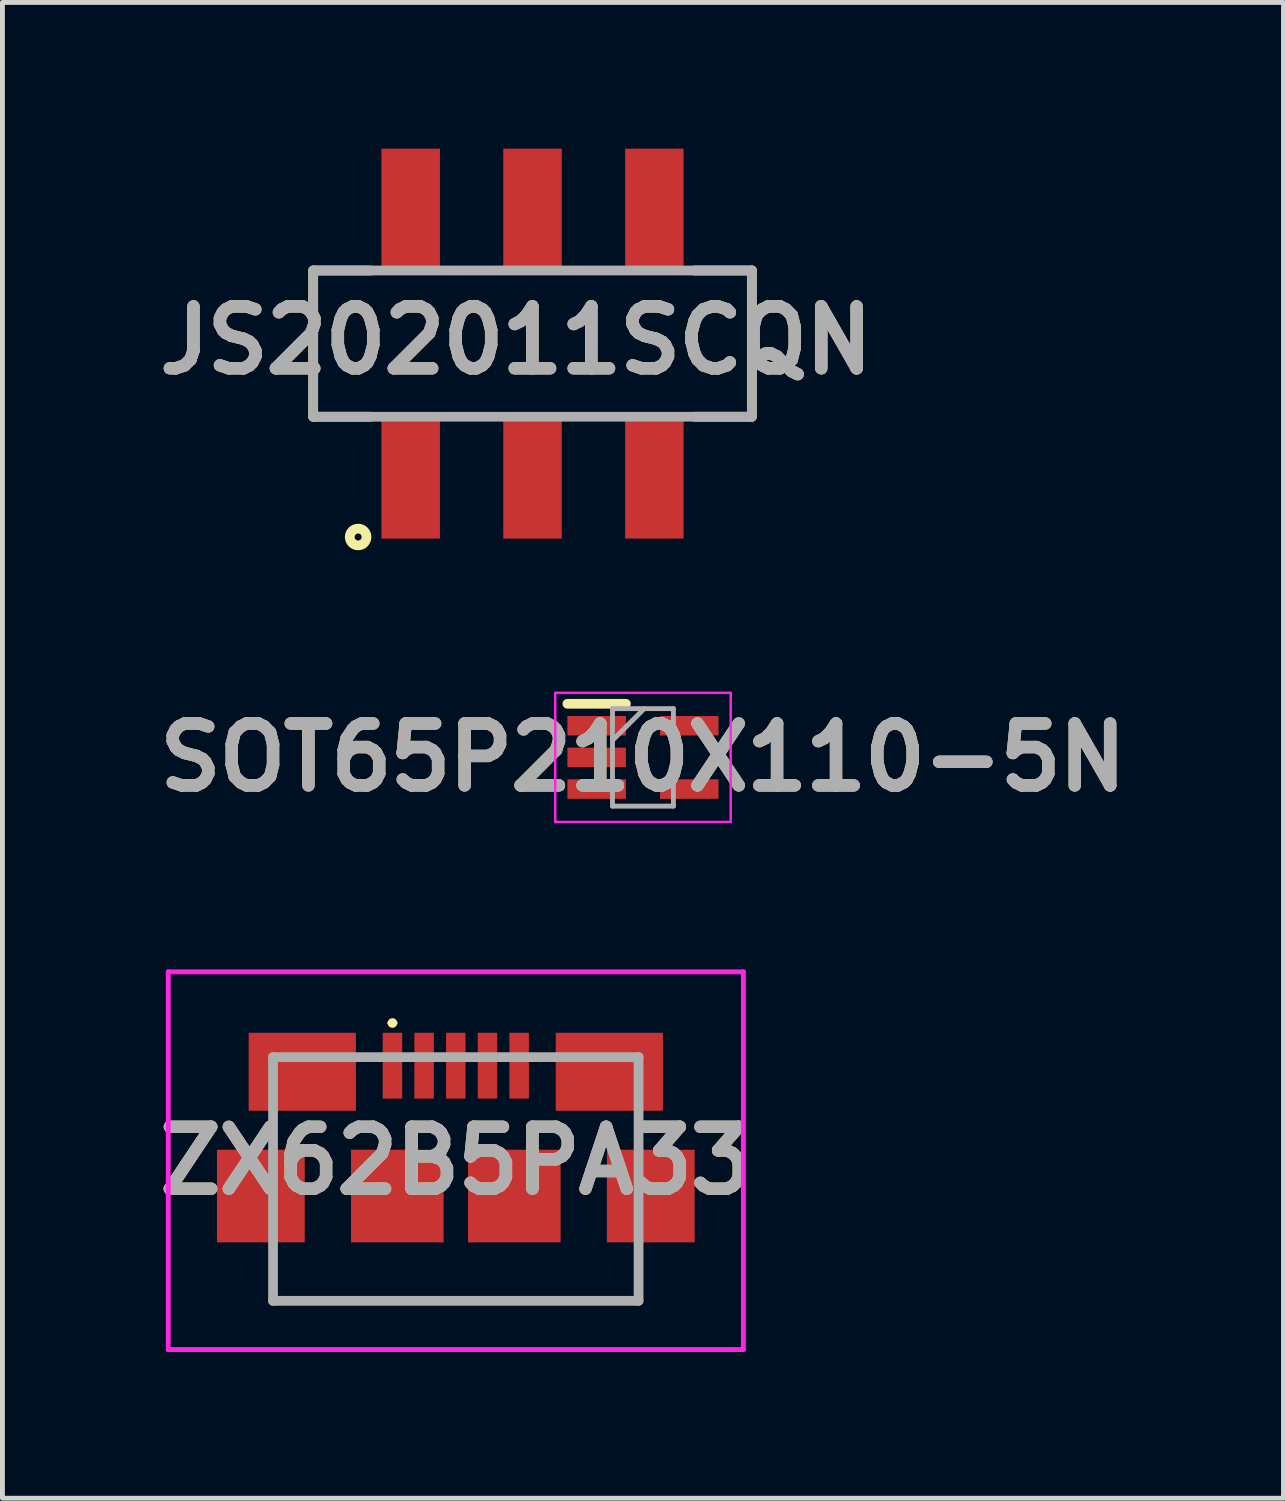
<source format=kicad_pcb>
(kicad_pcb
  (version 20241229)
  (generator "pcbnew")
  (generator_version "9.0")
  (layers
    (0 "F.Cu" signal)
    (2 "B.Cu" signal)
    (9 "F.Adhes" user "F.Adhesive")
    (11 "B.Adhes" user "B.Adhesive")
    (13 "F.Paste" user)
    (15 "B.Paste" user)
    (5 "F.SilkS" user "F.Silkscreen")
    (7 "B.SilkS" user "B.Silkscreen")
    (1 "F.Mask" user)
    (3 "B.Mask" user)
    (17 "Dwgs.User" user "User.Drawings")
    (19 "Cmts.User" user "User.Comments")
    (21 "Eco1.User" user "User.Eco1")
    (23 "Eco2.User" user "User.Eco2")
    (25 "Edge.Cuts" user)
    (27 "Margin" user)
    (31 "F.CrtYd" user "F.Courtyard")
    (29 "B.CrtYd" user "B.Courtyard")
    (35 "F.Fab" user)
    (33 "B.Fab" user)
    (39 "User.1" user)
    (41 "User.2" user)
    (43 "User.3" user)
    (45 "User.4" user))
  (footprint "SOT65P210X110-5N"
    (layer "F.Cu")
    (at 10.142 12.49)
    (property "Reference" "SOT65P210X110-5N" (at 0 0 0) (layer "F.SilkS") (effects (font (size 1.27 1.27) (thickness 0.254))))
    (attr smd)
    (fp_line (start -1.55 -1.1) (end -0.35 -1.1) (stroke (width 0.2) (type solid)) (layer "F.SilkS"))
    (fp_line (start -1.8 -1.325) (end 1.8 -1.325) (stroke (width 0.05) (type solid)) (layer "F.CrtYd"))
    (fp_line (start -1.8 1.325) (end -1.8 -1.325) (stroke (width 0.05) (type solid)) (layer "F.CrtYd"))
    (fp_line (start 1.8 -1.325) (end 1.8 1.325) (stroke (width 0.05) (type solid)) (layer "F.CrtYd"))
    (fp_line (start 1.8 1.325) (end -1.8 1.325) (stroke (width 0.05) (type solid)) (layer "F.CrtYd"))
    (fp_line (start -0.625 -1) (end 0.625 -1) (stroke (width 0.1) (type solid)) (layer "F.Fab"))
    (fp_line (start -0.625 -0.35) (end 0.025 -1) (stroke (width 0.1) (type solid)) (layer "F.Fab"))
    (fp_line (start -0.625 1) (end -0.625 -1) (stroke (width 0.1) (type solid)) (layer "F.Fab"))
    (fp_line (start 0.625 -1) (end 0.625 1) (stroke (width 0.1) (type solid)) (layer "F.Fab"))
    (fp_line (start 0.625 1) (end -0.625 1) (stroke (width 0.1) (type solid)) (layer "F.Fab"))
    (fp_text user "${REFERENCE}" (at 0 0 0) (layer "F.Fab") (effects (font (size 1.27 1.27) (thickness 0.254))))
    (pad "1" smd rect (at -0.95 -0.65 90) (size 0.4 1.2) (layers "F.Cu" "F.Paste"))
    (pad "2" smd rect (at -0.95 0 90) (size 0.4 1.2) (layers "F.Cu" "F.Paste"))
    (pad "3" smd rect (at -0.95 0.65 90) (size 0.4 1.2) (layers "F.Cu" "F.Paste"))
    (pad "4" smd rect (at 0.95 0.65 90) (size 0.4 1.2) (layers "F.Cu" "F.Paste"))
    (pad "5" smd rect (at 0.95 -0.65 90) (size 0.4 1.2) (layers "F.Cu" "F.Paste")))
  (footprint "JS202011SCQN"
    (layer "F.Cu")
    (at 7.876 4)
    (property "Reference" "JS202011SCQN" (at -0.335 -0.068 0) (layer "F.SilkS") (effects (font (size 1.27 1.27) (thickness 0.254))))
    (attr smd)
    (fp_line (start -4.5 -1.5) (end -4.5 1.5) (stroke (width 0.2) (type solid)) (layer "F.SilkS"))
    (fp_line (start -4.5 -1.5) (end -3.323 -1.5) (stroke (width 0.2) (type solid)) (layer "F.SilkS"))
    (fp_line (start -4.5 1.5) (end -3.323 1.5) (stroke (width 0.2) (type solid)) (layer "F.SilkS"))
    (fp_line (start 4.5 -1.5) (end 3.323 -1.5) (stroke (width 0.2) (type solid)) (layer "F.SilkS"))
    (fp_line (start 4.5 1.5) (end 3.323 1.5) (stroke (width 0.2) (type solid)) (layer "F.SilkS"))
    (fp_line (start 4.5 1.5) (end 4.5 -1.5) (stroke (width 0.2) (type solid)) (layer "F.SilkS"))
    (fp_circle (center -3.578 3.968) (end -3.578 4.04) (stroke (width 0.2) (type solid)) (fill no) (layer "F.SilkS"))
    (fp_line (start -4.5 -1.5) (end 4.5 -1.5) (stroke (width 0.2) (type solid)) (layer "F.Fab"))
    (fp_line (start -4.5 1.5) (end -4.5 -1.5) (stroke (width 0.2) (type solid)) (layer "F.Fab"))
    (fp_line (start 4.5 -1.5) (end 4.5 1.5) (stroke (width 0.2) (type solid)) (layer "F.Fab"))
    (fp_line (start 4.5 1.5) (end -4.5 1.5) (stroke (width 0.2) (type solid)) (layer "F.Fab"))
    (fp_text user "${REFERENCE}" (at -0.335 -0.068 0) (layer "F.Fab") (effects (font (size 1.27 1.27) (thickness 0.254))))
    (pad "1" smd rect (at -2.5 2.75) (size 1.2 2.5) (layers "F.Cu" "F.Paste"))
    (pad "2" smd rect (at 0 2.75) (size 1.2 2.5) (layers "F.Cu" "F.Paste"))
    (pad "3" smd rect (at 2.5 2.75) (size 1.2 2.5) (layers "F.Cu" "F.Paste"))
    (pad "4" smd rect (at 2.5 -2.75) (size 1.2 2.5) (layers "F.Cu" "F.Paste"))
    (pad "5" smd rect (at 0 -2.75) (size 1.2 2.5) (layers "F.Cu" "F.Paste"))
    (pad "6" smd rect (at -2.5 -2.75) (size 1.2 2.5) (layers "F.Cu" "F.Paste")))
  (footprint "ZX62B5PA33"
    (layer "F.Cu")
    (at 6.302 20.765)
    (property "Reference" "ZX62B5PA33" (at 0 0 0) (layer "F.SilkS") (effects (font (size 1.27 1.27) (thickness 0.254))))
    (attr smd)
    (fp_line (start -3.75 1.875) (end -3.75 2.875) (stroke (width 0.1) (type solid)) (layer "F.SilkS"))
    (fp_line (start -3.75 2.875) (end 3.75 2.875) (stroke (width 0.1) (type solid)) (layer "F.SilkS"))
    (fp_line (start -1.35 -2.825) (end -1.35 -2.825) (stroke (width 0.1) (type solid)) (layer "F.SilkS"))
    (fp_line (start -1.25 -2.825) (end -1.25 -2.825) (stroke (width 0.1) (type solid)) (layer "F.SilkS"))
    (fp_line (start 3.75 2.875) (end 3.75 1.875) (stroke (width 0.1) (type solid)) (layer "F.SilkS"))
    (fp_arc (start -1.35 -2.825) (mid -1.3 -2.875) (end -1.25 -2.825) (stroke (width 0.1) (type solid)) (layer "F.SilkS"))
    (fp_arc (start -1.25 -2.825) (mid -1.3 -2.775) (end -1.35 -2.825) (stroke (width 0.1) (type solid)) (layer "F.SilkS"))
    (fp_line (start -5.9 -3.875) (end 5.9 -3.875) (stroke (width 0.1) (type solid)) (layer "F.CrtYd"))
    (fp_line (start -5.9 3.875) (end -5.9 -3.875) (stroke (width 0.1) (type solid)) (layer "F.CrtYd"))
    (fp_line (start 5.9 -3.875) (end 5.9 3.875) (stroke (width 0.1) (type solid)) (layer "F.CrtYd"))
    (fp_line (start 5.9 3.875) (end -5.9 3.875) (stroke (width 0.1) (type solid)) (layer "F.CrtYd"))
    (fp_line (start -3.75 -2.125) (end 3.75 -2.125) (stroke (width 0.2) (type solid)) (layer "F.Fab"))
    (fp_line (start -3.75 2.875) (end -3.75 -2.125) (stroke (width 0.2) (type solid)) (layer "F.Fab"))
    (fp_line (start 3.75 -2.125) (end 3.75 2.875) (stroke (width 0.2) (type solid)) (layer "F.Fab"))
    (fp_line (start 3.75 2.875) (end -3.75 2.875) (stroke (width 0.2) (type solid)) (layer "F.Fab"))
    (fp_text user "${REFERENCE}" (at 0 0 0) (layer "F.Fab") (effects (font (size 1.27 1.27) (thickness 0.254))))
    (pad "1" smd rect (at -1.3 -1.95) (size 0.4 1.35) (layers "F.Cu" "F.Paste"))
    (pad "2" smd rect (at -0.65 -1.95) (size 0.4 1.35) (layers "F.Cu" "F.Paste"))
    (pad "3" smd rect (at 0 -1.95) (size 0.4 1.35) (layers "F.Cu" "F.Paste"))
    (pad "4" smd rect (at 0.65 -1.95) (size 0.4 1.35) (layers "F.Cu" "F.Paste"))
    (pad "5" smd rect (at 1.3 -1.95) (size 0.4 1.35) (layers "F.Cu" "F.Paste"))
    (pad "6" smd rect (at -3.15 -1.825 90) (size 1.6 2.2) (layers "F.Cu" "F.Paste"))
    (pad "7" smd rect (at 3.15 -1.825 90) (size 1.6 2.2) (layers "F.Cu" "F.Paste"))
    (pad "8" smd rect (at -4 0.725) (size 1.8 1.9) (layers "F.Cu" "F.Paste"))
    (pad "9" smd rect (at -1.2 0.725) (size 1.9 1.9) (layers "F.Cu" "F.Paste"))
    (pad "10" smd rect (at 1.2 0.725) (size 1.9 1.9) (layers "F.Cu" "F.Paste"))
    (pad "11" smd rect (at 4 0.725) (size 1.8 1.9) (layers "F.Cu" "F.Paste")))
  (gr_rect
    (start -3 -3)
    (end 23.284 27.69)
    (stroke (width 0.1) (type default))
    (fill no)
    (layer "Edge.Cuts")))
</source>
